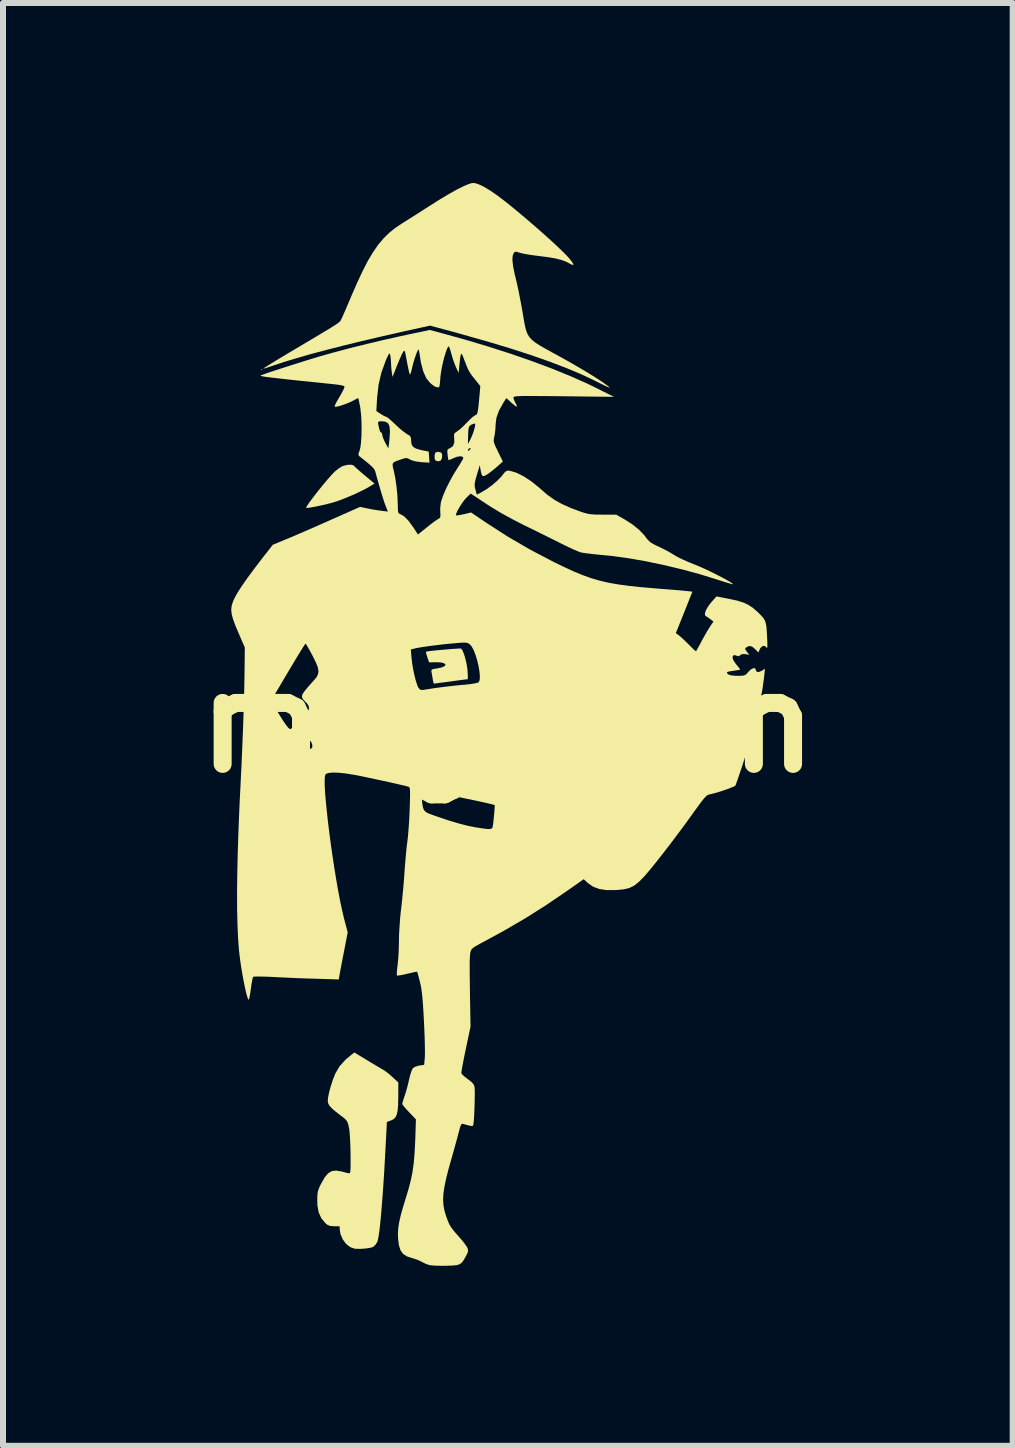
<source format=kicad_pcb>
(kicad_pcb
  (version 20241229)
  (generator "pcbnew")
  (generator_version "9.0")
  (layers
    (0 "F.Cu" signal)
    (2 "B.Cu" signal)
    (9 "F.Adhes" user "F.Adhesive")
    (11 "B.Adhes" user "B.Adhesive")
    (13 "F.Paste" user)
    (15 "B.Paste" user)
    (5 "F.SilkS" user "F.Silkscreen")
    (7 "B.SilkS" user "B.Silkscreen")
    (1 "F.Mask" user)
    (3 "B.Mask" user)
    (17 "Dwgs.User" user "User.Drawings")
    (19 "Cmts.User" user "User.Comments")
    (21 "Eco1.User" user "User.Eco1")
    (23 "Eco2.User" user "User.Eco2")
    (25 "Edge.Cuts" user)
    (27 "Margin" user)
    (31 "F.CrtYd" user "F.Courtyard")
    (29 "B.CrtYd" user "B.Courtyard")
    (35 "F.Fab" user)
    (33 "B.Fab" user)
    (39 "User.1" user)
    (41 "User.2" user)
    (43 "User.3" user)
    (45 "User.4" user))
  (footprint "megumin"
    (layer "F.Cu")
    (at 5.414 8.992)
    (property "Reference" "megumin" (at 0 0 180) (layer "F.SilkS") (effects (font (size 1.524 1.524) (thickness 0.3))))
    (attr through_hole)
    (fp_poly (pts (xy -4.094 -5.882) (xy -4.104 -5.873) (xy -4.113 -5.882) (xy -4.104 -5.891)) (stroke (width 0) (type solid)) (fill yes) (layer "F.SilkS"))
    (fp_poly (pts (xy -1.113 -4.5) (xy -1.094 -4.466) (xy -1.099 -4.406) (xy -1.101 -4.399) (xy -1.122 -4.363) (xy -1.159 -4.354) (xy -1.198 -4.363) (xy -1.215 -4.38) (xy -1.221 -4.417) (xy -1.22 -4.459) (xy -1.209 -4.496) (xy -1.182 -4.51) (xy -1.158 -4.511)) (stroke (width 0) (type solid)) (fill yes) (layer "F.SilkS"))
    (fp_poly (pts (xy -2.574 -4.287) (xy -2.565 -4.279) (xy -2.547 -4.26) (xy -2.506 -4.223) (xy -2.449 -4.173) (xy -2.388 -4.121) (xy -2.222 -3.983) (xy -2.283 -3.945) (xy -2.365 -3.898) (xy -2.472 -3.845) (xy -2.59 -3.79) (xy -2.71 -3.74) (xy -2.818 -3.698) (xy -2.845 -3.689) (xy -2.92 -3.666) (xy -3.011 -3.642) (xy -3.109 -3.619) (xy -3.204 -3.599) (xy -3.286 -3.584) (xy -3.346 -3.576) (xy -3.36 -3.576) (xy -3.358 -3.589) (xy -3.338 -3.624) (xy -3.305 -3.673) (xy -3.234 -3.767) (xy -3.156 -3.868) (xy -3.076 -3.967) (xy -3 -4.057) (xy -2.934 -4.131) (xy -2.887 -4.18) (xy -2.831 -4.226) (xy -2.775 -4.263) (xy -2.744 -4.277) (xy -2.675 -4.294) (xy -2.615 -4.297)) (stroke (width 0) (type solid)) (fill yes) (layer "F.SilkS"))
    (fp_poly (pts (xy -0.778 -1.232) (xy -0.757 -1.203) (xy -0.733 -1.147) (xy -0.71 -1.072) (xy -0.69 -0.989) (xy -0.676 -0.906) (xy -0.672 -0.866) (xy -0.668 -0.799) (xy -0.667 -0.748) (xy -0.668 -0.723) (xy -0.669 -0.722) (xy -0.689 -0.72) (xy -0.739 -0.714) (xy -0.813 -0.704) (xy -0.903 -0.692) (xy -0.952 -0.685) (xy -1.048 -0.672) (xy -1.131 -0.662) (xy -1.193 -0.653) (xy -1.228 -0.649) (xy -1.233 -0.648) (xy -1.24 -0.665) (xy -1.249 -0.705) (xy -1.251 -0.718) (xy -1.261 -0.779) (xy -1.271 -0.834) (xy -1.272 -0.838) (xy -1.275 -0.867) (xy -1.264 -0.884) (xy -1.231 -0.894) (xy -1.187 -0.9) (xy -1.103 -0.918) (xy -1.053 -0.941) (xy -1.038 -0.965) (xy -1.059 -0.986) (xy -1.113 -1.001) (xy -1.193 -1.005) (xy -1.313 -1.003) (xy -1.342 -1.088) (xy -1.358 -1.139) (xy -1.365 -1.172) (xy -1.365 -1.18) (xy -1.344 -1.185) (xy -1.293 -1.192) (xy -1.222 -1.2) (xy -1.137 -1.208) (xy -1.046 -1.216) (xy -0.958 -1.224) (xy -0.879 -1.229) (xy -0.819 -1.233) (xy -0.783 -1.233)) (stroke (width 0) (type solid)) (fill yes) (layer "F.SilkS"))
    (fp_poly (pts (xy -2.334 5.635) (xy -2.249 5.686) (xy -2.172 5.732) (xy -2.11 5.769) (xy -2.071 5.792) (xy -2.065 5.795) (xy -2.029 5.82) (xy -1.977 5.861) (xy -1.923 5.909) (xy -1.825 5.999) (xy -1.826 6.246) (xy -1.829 6.372) (xy -1.837 6.466) (xy -1.851 6.533) (xy -1.874 6.581) (xy -1.907 6.612) (xy -1.952 6.634) (xy -1.953 6.634) (xy -2.016 6.657) (xy -2.028 6.89) (xy -2.045 7.206) (xy -2.061 7.493) (xy -2.078 7.753) (xy -2.095 7.982) (xy -2.111 8.181) (xy -2.127 8.347) (xy -2.142 8.48) (xy -2.157 8.579) (xy -2.171 8.643) (xy -2.178 8.66) (xy -2.209 8.707) (xy -2.245 8.739) (xy -2.247 8.741) (xy -2.296 8.755) (xy -2.368 8.766) (xy -2.45 8.772) (xy -2.528 8.771) (xy -2.557 8.768) (xy -2.63 8.742) (xy -2.698 8.687) (xy -2.753 8.612) (xy -2.79 8.524) (xy -2.8 8.463) (xy -2.805 8.396) (xy -2.896 8.395) (xy -2.961 8.39) (xy -3.008 8.371) (xy -3.041 8.344) (xy -3.109 8.261) (xy -3.153 8.163) (xy -3.174 8.045) (xy -3.176 7.966) (xy -3.175 7.885) (xy -3.168 7.825) (xy -3.153 7.773) (xy -3.126 7.712) (xy -3.107 7.676) (xy -3.05 7.577) (xy -2.994 7.512) (xy -2.934 7.476) (xy -2.862 7.467) (xy -2.772 7.482) (xy -2.732 7.493) (xy -2.679 7.507) (xy -2.641 7.512) (xy -2.632 7.51) (xy -2.626 7.486) (xy -2.622 7.432) (xy -2.621 7.355) (xy -2.621 7.262) (xy -2.622 7.159) (xy -2.625 7.054) (xy -2.629 6.954) (xy -2.635 6.865) (xy -2.641 6.795) (xy -2.647 6.758) (xy -2.662 6.691) (xy -2.679 6.647) (xy -2.707 6.612) (xy -2.754 6.573) (xy -2.776 6.557) (xy -2.867 6.487) (xy -2.931 6.432) (xy -2.972 6.388) (xy -2.994 6.348) (xy -3.001 6.309) (xy -3.001 6.301) (xy -2.994 6.236) (xy -2.975 6.148) (xy -2.947 6.047) (xy -2.913 5.945) (xy -2.876 5.852) (xy -2.872 5.844) (xy -2.804 5.728) (xy -2.705 5.619) (xy -2.617 5.545) (xy -2.558 5.499)) (stroke (width 0) (type solid)) (fill yes) (layer "F.SilkS"))
    (fp_poly (pts (xy -0.513 -8.98) (xy -0.483 -8.969) (xy -0.402 -8.931) (xy -0.302 -8.871) (xy -0.182 -8.789) (xy -0.042 -8.683) (xy 0.12 -8.552) (xy 0.305 -8.397) (xy 0.514 -8.216) (xy 0.656 -8.09) (xy 0.787 -7.971) (xy 0.897 -7.866) (xy 0.985 -7.778) (xy 1.047 -7.707) (xy 1.084 -7.655) (xy 1.093 -7.63) (xy 1.079 -7.626) (xy 1.046 -7.641) (xy 1.033 -7.648) (xy 0.967 -7.682) (xy 0.891 -7.71) (xy 0.798 -7.734) (xy 0.68 -7.754) (xy 0.537 -7.773) (xy 0.435 -7.786) (xy 0.34 -7.8) (xy 0.26 -7.814) (xy 0.206 -7.827) (xy 0.197 -7.83) (xy 0.148 -7.845) (xy 0.121 -7.846) (xy 0.103 -7.831) (xy 0.098 -7.825) (xy 0.08 -7.778) (xy 0.076 -7.707) (xy 0.087 -7.608) (xy 0.113 -7.478) (xy 0.13 -7.409) (xy 0.153 -7.312) (xy 0.179 -7.19) (xy 0.205 -7.057) (xy 0.23 -6.925) (xy 0.242 -6.859) (xy 0.263 -6.731) (xy 0.282 -6.628) (xy 0.301 -6.546) (xy 0.325 -6.48) (xy 0.358 -6.425) (xy 0.403 -6.376) (xy 0.464 -6.328) (xy 0.544 -6.277) (xy 0.648 -6.218) (xy 0.779 -6.146) (xy 0.815 -6.127) (xy 1 -6.024) (xy 1.173 -5.925) (xy 1.329 -5.832) (xy 1.464 -5.748) (xy 1.575 -5.676) (xy 1.657 -5.617) (xy 1.665 -5.611) (xy 1.689 -5.591) (xy 1.695 -5.583) (xy 1.679 -5.586) (xy 1.64 -5.604) (xy 1.574 -5.635) (xy 1.478 -5.683) (xy 1.445 -5.7) (xy 1.224 -5.804) (xy 0.971 -5.91) (xy 0.687 -6.018) (xy 0.371 -6.129) (xy 0.02 -6.242) (xy -0.364 -6.357) (xy -0.785 -6.476) (xy -0.918 -6.513) (xy -1.296 -6.615) (xy -1.764 -6.512) (xy -2.102 -6.435) (xy -2.426 -6.359) (xy -2.733 -6.284) (xy -3.02 -6.211) (xy -3.283 -6.141) (xy -3.519 -6.073) (xy -3.725 -6.011) (xy -3.899 -5.953) (xy -3.909 -5.95) (xy -3.979 -5.926) (xy -4.034 -5.908) (xy -4.067 -5.9) (xy -4.073 -5.9) (xy -4.059 -5.911) (xy -4.017 -5.938) (xy -3.95 -5.98) (xy -3.862 -6.034) (xy -3.756 -6.098) (xy -3.636 -6.17) (xy -3.526 -6.235) (xy -3.357 -6.336) (xy -3.216 -6.419) (xy -3.102 -6.488) (xy -3.011 -6.542) (xy -2.94 -6.586) (xy -2.887 -6.619) (xy -2.849 -6.644) (xy -2.823 -6.663) (xy -2.805 -6.678) (xy -2.794 -6.69) (xy -2.786 -6.701) (xy -2.785 -6.704) (xy -2.771 -6.731) (xy -2.746 -6.787) (xy -2.711 -6.866) (xy -2.67 -6.962) (xy -2.624 -7.07) (xy -2.612 -7.099) (xy -2.512 -7.328) (xy -2.42 -7.525) (xy -2.333 -7.695) (xy -2.247 -7.839) (xy -2.161 -7.963) (xy -2.072 -8.069) (xy -1.977 -8.162) (xy -1.874 -8.245) (xy -1.76 -8.321) (xy -1.748 -8.328) (xy -1.683 -8.369) (xy -1.595 -8.425) (xy -1.494 -8.489) (xy -1.388 -8.557) (xy -1.321 -8.6) (xy -1.142 -8.713) (xy -0.982 -8.809) (xy -0.842 -8.887) (xy -0.727 -8.944) (xy -0.651 -8.975) (xy -0.6 -8.991) (xy -0.56 -8.992)) (stroke (width 0) (type solid)) (fill yes) (layer "F.SilkS"))
    (fp_poly (pts (xy -1.081 -6.484) (xy -0.693 -6.376) (xy -0.313 -6.262) (xy 0.055 -6.144) (xy 0.406 -6.022) (xy 0.735 -5.899) (xy 1.039 -5.775) (xy 1.313 -5.654) (xy 1.454 -5.585) (xy 1.769 -5.428) (xy 0.931 -5.438) (xy 0.733 -5.44) (xy 0.568 -5.441) (xy 0.435 -5.442) (xy 0.329 -5.442) (xy 0.247 -5.442) (xy 0.187 -5.44) (xy 0.144 -5.437) (xy 0.117 -5.433) (xy 0.101 -5.428) (xy 0.094 -5.422) (xy 0.093 -5.415) (xy 0.102 -5.378) (xy 0.125 -5.33) (xy 0.129 -5.322) (xy 0.151 -5.28) (xy 0.149 -5.264) (xy 0.124 -5.276) (xy 0.077 -5.314) (xy 0.053 -5.336) (xy 0.011 -5.375) (xy -0.018 -5.4) (xy -0.027 -5.405) (xy -0.037 -5.388) (xy -0.061 -5.351) (xy -0.077 -5.326) (xy -0.148 -5.198) (xy -0.19 -5.081) (xy -0.204 -4.968) (xy -0.204 -4.962) (xy -0.208 -4.883) (xy -0.218 -4.804) (xy -0.225 -4.767) (xy -0.234 -4.727) (xy -0.236 -4.693) (xy -0.228 -4.657) (xy -0.209 -4.608) (xy -0.175 -4.538) (xy -0.165 -4.516) (xy -0.083 -4.35) (xy -0.176 -4.267) (xy -0.238 -4.215) (xy -0.301 -4.166) (xy -0.341 -4.138) (xy -0.387 -4.111) (xy -0.418 -4.108) (xy -0.437 -4.133) (xy -0.451 -4.19) (xy -0.455 -4.214) (xy -0.468 -4.289) (xy -0.512 -4.142) (xy -0.536 -4.06) (xy -0.549 -4.003) (xy -0.554 -3.96) (xy -0.55 -3.921) (xy -0.538 -3.875) (xy -0.536 -3.867) (xy -0.517 -3.798) (xy -0.448 -3.833) (xy -0.356 -3.888) (xy -0.26 -3.958) (xy -0.173 -4.033) (xy -0.104 -4.104) (xy -0.093 -4.119) (xy -0.054 -4.168) (xy -0.026 -4.192) (xy 0.003 -4.199) (xy 0.037 -4.195) (xy 0.144 -4.163) (xy 0.264 -4.103) (xy 0.391 -4.02) (xy 0.519 -3.917) (xy 0.547 -3.892) (xy 0.66 -3.794) (xy 0.776 -3.712) (xy 0.903 -3.641) (xy 1.051 -3.575) (xy 1.192 -3.522) (xy 1.266 -3.497) (xy 1.328 -3.48) (xy 1.388 -3.471) (xy 1.459 -3.466) (xy 1.553 -3.465) (xy 1.581 -3.464) (xy 1.807 -3.464) (xy 1.955 -3.38) (xy 2.075 -3.303) (xy 2.184 -3.215) (xy 2.272 -3.124) (xy 2.318 -3.062) (xy 2.371 -3.007) (xy 2.456 -2.957) (xy 2.46 -2.956) (xy 2.571 -2.904) (xy 2.663 -2.857) (xy 2.751 -2.805) (xy 2.791 -2.781) (xy 2.845 -2.751) (xy 2.924 -2.713) (xy 3.017 -2.672) (xy 3.114 -2.633) (xy 3.119 -2.631) (xy 3.193 -2.601) (xy 3.28 -2.562) (xy 3.373 -2.518) (xy 3.467 -2.471) (xy 3.557 -2.425) (xy 3.636 -2.383) (xy 3.699 -2.346) (xy 3.741 -2.319) (xy 3.755 -2.304) (xy 3.755 -2.303) (xy 3.736 -2.307) (xy 3.688 -2.32) (xy 3.619 -2.341) (xy 3.533 -2.368) (xy 3.497 -2.38) (xy 3.21 -2.469) (xy 2.909 -2.551) (xy 2.604 -2.624) (xy 2.303 -2.687) (xy 2.013 -2.738) (xy 1.744 -2.775) (xy 1.621 -2.787) (xy 1.508 -2.798) (xy 1.403 -2.809) (xy 1.313 -2.82) (xy 1.246 -2.83) (xy 1.213 -2.836) (xy 1.171 -2.852) (xy 1.103 -2.881) (xy 1.018 -2.92) (xy 0.925 -2.965) (xy 0.889 -2.983) (xy 0.791 -3.032) (xy 0.671 -3.092) (xy 0.537 -3.158) (xy 0.402 -3.225) (xy 0.278 -3.285) (xy 0.085 -3.384) (xy -0.104 -3.487) (xy -0.275 -3.59) (xy -0.351 -3.639) (xy -0.619 -3.816) (xy -0.691 -3.747) (xy -0.727 -3.706) (xy -0.767 -3.65) (xy -0.806 -3.589) (xy -0.839 -3.531) (xy -0.86 -3.483) (xy -0.866 -3.455) (xy -0.865 -3.452) (xy -0.844 -3.452) (xy -0.797 -3.459) (xy -0.735 -3.472) (xy -0.735 -3.472) (xy -0.613 -3.501) (xy -0.357 -3.328) (xy -0.000099 -3.098) (xy 0.377 -2.879) (xy 0.761 -2.678) (xy 0.938 -2.592) (xy 1.097 -2.519) (xy 1.244 -2.458) (xy 1.385 -2.407) (xy 1.526 -2.366) (xy 1.673 -2.331) (xy 1.832 -2.303) (xy 2.008 -2.279) (xy 2.208 -2.257) (xy 2.437 -2.238) (xy 2.501 -2.232) (xy 2.657 -2.22) (xy 2.794 -2.209) (xy 2.907 -2.199) (xy 2.994 -2.19) (xy 3.051 -2.184) (xy 3.075 -2.18) (xy 3.075 -2.179) (xy 3.069 -2.162) (xy 3.05 -2.116) (xy 3.022 -2.046) (xy 2.987 -1.957) (xy 2.946 -1.854) (xy 2.938 -1.834) (xy 2.8 -1.491) (xy 2.859 -1.446) (xy 2.901 -1.411) (xy 2.956 -1.358) (xy 3.015 -1.3) (xy 3.025 -1.29) (xy 3.074 -1.241) (xy 3.113 -1.204) (xy 3.135 -1.188) (xy 3.137 -1.187) (xy 3.148 -1.206) (xy 3.172 -1.25) (xy 3.206 -1.312) (xy 3.232 -1.362) (xy 3.277 -1.443) (xy 3.321 -1.521) (xy 3.36 -1.584) (xy 3.374 -1.606) (xy 3.427 -1.683) (xy 3.383 -1.717) (xy 3.339 -1.749) (xy 3.306 -1.77) (xy 3.286 -1.787) (xy 3.284 -1.813) (xy 3.296 -1.858) (xy 3.321 -1.909) (xy 3.363 -1.97) (xy 3.399 -2.014) (xy 3.478 -2.102) (xy 3.687 -2.061) (xy 3.818 -2.033) (xy 3.922 -2.001) (xy 4.007 -1.962) (xy 4.083 -1.912) (xy 4.159 -1.846) (xy 4.181 -1.825) (xy 4.227 -1.778) (xy 4.26 -1.739) (xy 4.284 -1.7) (xy 4.299 -1.654) (xy 4.31 -1.593) (xy 4.316 -1.512) (xy 4.322 -1.401) (xy 4.323 -1.381) (xy 4.326 -1.298) (xy 4.324 -1.252) (xy 4.317 -1.243) (xy 4.314 -1.247) (xy 4.282 -1.276) (xy 4.244 -1.274) (xy 4.209 -1.242) (xy 4.199 -1.223) (xy 4.176 -1.167) (xy 4.122 -1.223) (xy 4.07 -1.266) (xy 4.024 -1.276) (xy 3.977 -1.255) (xy 3.976 -1.255) (xy 3.956 -1.236) (xy 3.958 -1.217) (xy 3.982 -1.183) (xy 3.984 -1.179) (xy 4.025 -1.128) (xy 3.961 -1.14) (xy 3.908 -1.142) (xy 3.875 -1.124) (xy 3.874 -1.123) (xy 3.845 -1.104) (xy 3.814 -1.113) (xy 3.778 -1.124) (xy 3.761 -1.121) (xy 3.743 -1.091) (xy 3.756 -1.043) (xy 3.797 -0.98) (xy 3.807 -0.968) (xy 3.843 -0.925) (xy 3.867 -0.894) (xy 3.872 -0.884) (xy 3.855 -0.878) (xy 3.812 -0.87) (xy 3.761 -0.863) (xy 3.702 -0.854) (xy 3.662 -0.844) (xy 3.65 -0.836) (xy 3.665 -0.806) (xy 3.713 -0.787) (xy 3.794 -0.779) (xy 3.825 -0.778) (xy 3.894 -0.779) (xy 3.937 -0.785) (xy 3.967 -0.799) (xy 3.993 -0.826) (xy 4.007 -0.843) (xy 4.048 -0.883) (xy 4.088 -0.905) (xy 4.119 -0.905) (xy 4.131 -0.881) (xy 4.131 -0.879) (xy 4.145 -0.848) (xy 4.179 -0.841) (xy 4.228 -0.86) (xy 4.235 -0.864) (xy 4.285 -0.897) (xy 4.273 -0.777) (xy 4.244 -0.561) (xy 4.201 -0.331) (xy 4.144 -0.083) (xy 4.072 0.186) (xy 3.983 0.482) (xy 3.933 0.639) (xy 3.896 0.754) (xy 3.861 0.857) (xy 3.832 0.943) (xy 3.809 1.007) (xy 3.796 1.044) (xy 3.793 1.05) (xy 3.77 1.065) (xy 3.72 1.086) (xy 3.652 1.112) (xy 3.573 1.139) (xy 3.494 1.164) (xy 3.422 1.184) (xy 3.37 1.196) (xy 3.346 1.202) (xy 3.323 1.213) (xy 3.298 1.234) (xy 3.266 1.269) (xy 3.225 1.321) (xy 3.17 1.395) (xy 3.099 1.493) (xy 3.069 1.535) (xy 2.95 1.7) (xy 2.827 1.865) (xy 2.705 2.027) (xy 2.587 2.18) (xy 2.477 2.32) (xy 2.38 2.44) (xy 2.297 2.538) (xy 2.27 2.569) (xy 2.184 2.656) (xy 2.107 2.717) (xy 2.026 2.757) (xy 1.931 2.78) (xy 1.811 2.792) (xy 1.801 2.792) (xy 1.649 2.793) (xy 1.525 2.775) (xy 1.423 2.737) (xy 1.337 2.678) (xy 1.335 2.676) (xy 1.264 2.611) (xy 1.007 2.792) (xy 0.643 3.04) (xy 0.285 3.266) (xy -0.079 3.478) (xy -0.375 3.639) (xy -0.467 3.688) (xy -0.532 3.725) (xy -0.575 3.752) (xy -0.601 3.776) (xy -0.615 3.798) (xy -0.623 3.825) (xy -0.625 3.831) (xy -0.629 3.86) (xy -0.632 3.899) (xy -0.635 3.954) (xy -0.636 4.027) (xy -0.636 4.121) (xy -0.635 4.24) (xy -0.633 4.387) (xy -0.631 4.565) (xy -0.628 4.724) (xy -0.622 5.067) (xy -0.701 5.443) (xy -0.725 5.557) (xy -0.745 5.66) (xy -0.761 5.746) (xy -0.771 5.808) (xy -0.775 5.842) (xy -0.775 5.845) (xy -0.757 5.869) (xy -0.718 5.904) (xy -0.668 5.942) (xy -0.604 5.992) (xy -0.569 6.034) (xy -0.556 6.068) (xy -0.553 6.108) (xy -0.551 6.173) (xy -0.552 6.257) (xy -0.554 6.351) (xy -0.557 6.447) (xy -0.561 6.54) (xy -0.566 6.62) (xy -0.572 6.681) (xy -0.578 6.714) (xy -0.58 6.718) (xy -0.593 6.724) (xy -0.621 6.722) (xy -0.669 6.711) (xy -0.745 6.69) (xy -0.757 6.686) (xy -0.774 6.695) (xy -0.793 6.735) (xy -0.813 6.808) (xy -0.816 6.818) (xy -0.833 6.885) (xy -0.858 6.977) (xy -0.888 7.085) (xy -0.92 7.199) (xy -0.935 7.253) (xy -0.989 7.443) (xy -1.029 7.602) (xy -1.057 7.738) (xy -1.074 7.853) (xy -1.079 7.954) (xy -1.073 8.046) (xy -1.057 8.133) (xy -1.031 8.22) (xy -1.03 8.224) (xy -1.002 8.301) (xy -0.976 8.361) (xy -0.946 8.412) (xy -0.907 8.465) (xy -0.851 8.53) (xy -0.812 8.574) (xy -0.758 8.636) (xy -0.712 8.696) (xy -0.681 8.742) (xy -0.675 8.753) (xy -0.663 8.791) (xy -0.666 8.824) (xy -0.686 8.869) (xy -0.698 8.892) (xy -0.734 8.956) (xy -0.766 9) (xy -0.802 9.027) (xy -0.848 9.043) (xy -0.915 9.05) (xy -1.008 9.053) (xy -1.033 9.054) (xy -1.126 9.054) (xy -1.21 9.052) (xy -1.275 9.047) (xy -1.309 9.042) (xy -1.365 9.023) (xy -1.426 8.993) (xy -1.436 8.988) (xy -1.498 8.958) (xy -1.57 8.933) (xy -1.59 8.928) (xy -1.681 8.898) (xy -1.746 8.856) (xy -1.789 8.796) (xy -1.816 8.711) (xy -1.829 8.607) (xy -1.832 8.519) (xy -1.827 8.43) (xy -1.812 8.332) (xy -1.787 8.22) (xy -1.75 8.086) (xy -1.703 7.932) (xy -1.655 7.774) (xy -1.618 7.632) (xy -1.59 7.494) (xy -1.57 7.353) (xy -1.556 7.197) (xy -1.546 7.017) (xy -1.543 6.952) (xy -1.532 6.614) (xy -1.646 6.495) (xy -1.697 6.44) (xy -1.736 6.393) (xy -1.758 6.362) (xy -1.76 6.356) (xy -1.754 6.328) (xy -1.739 6.278) (xy -1.722 6.229) (xy -1.7 6.16) (xy -1.675 6.071) (xy -1.653 5.979) (xy -1.648 5.958) (xy -1.629 5.88) (xy -1.608 5.814) (xy -1.589 5.77) (xy -1.583 5.761) (xy -1.547 5.738) (xy -1.492 5.72) (xy -1.474 5.717) (xy -1.395 5.705) (xy -1.384 5.589) (xy -1.382 5.539) (xy -1.382 5.459) (xy -1.384 5.354) (xy -1.387 5.231) (xy -1.393 5.098) (xy -1.398 4.983) (xy -1.407 4.817) (xy -1.416 4.683) (xy -1.425 4.574) (xy -1.435 4.485) (xy -1.446 4.41) (xy -1.46 4.345) (xy -1.465 4.326) (xy -1.483 4.253) (xy -1.499 4.194) (xy -1.509 4.159) (xy -1.511 4.153) (xy -1.53 4.154) (xy -1.576 4.164) (xy -1.642 4.179) (xy -1.677 4.187) (xy -1.749 4.204) (xy -1.807 4.214) (xy -1.842 4.218) (xy -1.848 4.216) (xy -1.851 4.194) (xy -1.849 4.144) (xy -1.842 4.076) (xy -1.837 4.041) (xy -1.829 3.955) (xy -1.821 3.846) (xy -1.817 3.73) (xy -1.815 3.638) (xy -1.813 3.528) (xy -1.805 3.396) (xy -1.795 3.258) (xy -1.782 3.13) (xy -1.779 3.112) (xy -1.765 2.988) (xy -1.751 2.842) (xy -1.737 2.69) (xy -1.726 2.547) (xy -1.723 2.501) (xy -1.714 2.377) (xy -1.703 2.249) (xy -1.692 2.129) (xy -1.681 2.027) (xy -1.675 1.985) (xy -1.665 1.902) (xy -1.656 1.793) (xy -1.647 1.667) (xy -1.64 1.536) (xy -1.636 1.436) (xy -1.632 1.313) (xy -1.63 1.221) (xy -1.63 1.157) (xy -1.632 1.118) (xy -1.448 1.118) (xy -1.435 1.257) (xy -1.426 1.351) (xy -1.415 1.416) (xy -1.397 1.46) (xy -1.366 1.492) (xy -1.315 1.518) (xy -1.239 1.546) (xy -1.194 1.562) (xy -0.996 1.629) (xy -0.826 1.68) (xy -0.677 1.719) (xy -0.543 1.746) (xy -0.519 1.75) (xy -0.418 1.765) (xy -0.347 1.774) (xy -0.301 1.775) (xy -0.274 1.769) (xy -0.26 1.756) (xy -0.253 1.737) (xy -0.247 1.703) (xy -0.24 1.645) (xy -0.233 1.573) (xy -0.226 1.5) (xy -0.221 1.435) (xy -0.219 1.39) (xy -0.219 1.376) (xy -0.237 1.37) (xy -0.287 1.357) (xy -0.365 1.339) (xy -0.467 1.316) (xy -0.588 1.291) (xy -0.725 1.262) (xy -0.834 1.24) (xy -1.448 1.118) (xy -1.632 1.118) (xy -1.632 1.114) (xy -1.637 1.089) (xy -1.645 1.076) (xy -1.657 1.07) (xy -1.66 1.069) (xy -1.703 1.057) (xy -1.776 1.04) (xy -1.872 1.018) (xy -1.983 0.993) (xy -2.102 0.967) (xy -2.224 0.941) (xy -2.34 0.916) (xy -2.444 0.894) (xy -2.53 0.877) (xy -2.574 0.869) (xy -2.709 0.848) (xy -2.827 0.836) (xy -2.924 0.834) (xy -2.996 0.842) (xy -3.037 0.86) (xy -3.039 0.863) (xy -3.049 0.896) (xy -3.053 0.963) (xy -3.052 1.058) (xy -3.045 1.179) (xy -3.033 1.321) (xy -3.017 1.481) (xy -2.998 1.655) (xy -2.975 1.839) (xy -2.95 2.03) (xy -2.922 2.225) (xy -2.893 2.418) (xy -2.862 2.607) (xy -2.831 2.787) (xy -2.799 2.956) (xy -2.767 3.108) (xy -2.736 3.242) (xy -2.724 3.29) (xy -2.669 3.496) (xy -2.731 3.818) (xy -2.753 3.928) (xy -2.772 4.031) (xy -2.789 4.118) (xy -2.801 4.182) (xy -2.806 4.211) (xy -2.818 4.282) (xy -3.202 4.27) (xy -3.346 4.266) (xy -3.505 4.26) (xy -3.665 4.253) (xy -3.813 4.246) (xy -3.908 4.241) (xy -4.014 4.236) (xy -4.107 4.234) (xy -4.181 4.233) (xy -4.229 4.235) (xy -4.245 4.238) (xy -4.254 4.261) (xy -4.264 4.313) (xy -4.276 4.383) (xy -4.282 4.428) (xy -4.293 4.506) (xy -4.304 4.569) (xy -4.313 4.61) (xy -4.318 4.619) (xy -4.328 4.612) (xy -4.343 4.572) (xy -4.361 4.507) (xy -4.381 4.42) (xy -4.402 4.317) (xy -4.423 4.203) (xy -4.443 4.083) (xy -4.461 3.963) (xy -4.475 3.848) (xy -4.482 3.789) (xy -4.496 3.597) (xy -4.506 3.371) (xy -4.512 3.11) (xy -4.513 2.817) (xy -4.509 2.493) (xy -4.501 2.14) (xy -4.488 1.758) (xy -4.471 1.349) (xy -4.456 1.056) (xy -4.44 0.731) (xy -4.426 0.408) (xy -4.416 0.153) (xy -3.485 0.153) (xy -3.482 0.255) (xy -3.46 0.349) (xy -3.421 0.422) (xy -3.414 0.431) (xy -3.37 0.459) (xy -3.316 0.454) (xy -3.287 0.439) (xy -3.261 0.418) (xy -3.258 0.387) (xy -3.264 0.357) (xy -3.283 0.313) (xy -3.313 0.297) (xy -3.322 0.296) (xy -3.355 0.286) (xy -3.385 0.251) (xy -3.405 0.213) (xy -3.436 0.159) (xy -3.462 0.132) (xy -3.48 0.134) (xy -3.485 0.153) (xy -4.416 0.153) (xy -4.413 0.092) (xy -4.403 -0.208) (xy -4.399 -0.366) (xy -3.945 -0.366) (xy -3.896 -0.28) (xy -3.822 -0.152) (xy -3.756 -0.046) (xy -3.701 0.035) (xy -3.659 0.088) (xy -3.631 0.11) (xy -3.627 0.111) (xy -3.607 0.099) (xy -3.567 0.066) (xy -3.513 0.017) (xy -3.462 -0.031) (xy -3.385 -0.111) (xy -3.336 -0.175) (xy -3.314 -0.228) (xy -3.318 -0.273) (xy -3.346 -0.317) (xy -3.364 -0.335) (xy -3.413 -0.386) (xy -3.433 -0.426) (xy -3.425 -0.467) (xy -3.39 -0.521) (xy -3.379 -0.534) (xy -3.325 -0.599) (xy -3.264 -0.668) (xy -3.237 -0.698) (xy -3.191 -0.752) (xy -3.164 -0.803) (xy -3.156 -0.856) (xy -3.167 -0.92) (xy -3.199 -1) (xy -3.25 -1.104) (xy -3.256 -1.115) (xy -3.297 -1.192) (xy -3.311 -1.217) (xy -1.617 -1.217) (xy -1.605 -1.076) (xy -1.594 -0.982) (xy -1.577 -0.88) (xy -1.555 -0.778) (xy -1.531 -0.687) (xy -1.507 -0.615) (xy -1.489 -0.577) (xy -1.457 -0.545) (xy -1.414 -0.543) (xy -1.41 -0.543) (xy -1.371 -0.55) (xy -1.305 -0.56) (xy -1.223 -0.573) (xy -1.157 -0.582) (xy -1.048 -0.596) (xy -0.922 -0.611) (xy -0.797 -0.624) (xy -0.734 -0.629) (xy -0.644 -0.638) (xy -0.567 -0.649) (xy -0.511 -0.661) (xy -0.487 -0.671) (xy -0.47 -0.706) (xy -0.466 -0.767) (xy -0.473 -0.848) (xy -0.488 -0.94) (xy -0.511 -1.036) (xy -0.539 -1.128) (xy -0.57 -1.208) (xy -0.604 -1.269) (xy -0.625 -1.294) (xy -0.652 -1.316) (xy -0.678 -1.328) (xy -0.716 -1.332) (xy -0.773 -1.331) (xy -0.833 -1.326) (xy -0.947 -1.316) (xy -1.07 -1.304) (xy -1.195 -1.289) (xy -1.313 -1.274) (xy -1.416 -1.259) (xy -1.496 -1.246) (xy -1.535 -1.238) (xy -1.617 -1.217) (xy -3.311 -1.217) (xy -3.333 -1.255) (xy -3.359 -1.298) (xy -3.372 -1.315) (xy -3.372 -1.315) (xy -3.384 -1.3) (xy -3.412 -1.257) (xy -3.454 -1.189) (xy -3.508 -1.102) (xy -3.57 -0.998) (xy -3.64 -0.881) (xy -3.664 -0.841) (xy -3.945 -0.366) (xy -4.399 -0.366) (xy -4.395 -0.488) (xy -4.39 -0.741) (xy -4.388 -0.861) (xy -4.384 -1.251) (xy -4.491 -1.497) (xy -4.545 -1.626) (xy -4.582 -1.729) (xy -4.604 -1.813) (xy -4.61 -1.884) (xy -4.602 -1.951) (xy -4.58 -2.018) (xy -4.551 -2.083) (xy -4.503 -2.168) (xy -4.432 -2.278) (xy -4.336 -2.415) (xy -4.215 -2.578) (xy -4.07 -2.768) (xy -4.029 -2.819) (xy -3.918 -2.962) (xy -3.687 -3.058) (xy -3.607 -3.091) (xy -3.5 -3.137) (xy -3.375 -3.191) (xy -3.237 -3.251) (xy -3.094 -3.314) (xy -2.959 -3.374) (xy -2.463 -3.594) (xy -2.339 -3.568) (xy -2.253 -3.551) (xy -2.163 -3.537) (xy -2.107 -3.529) (xy -2 -3.516) (xy -2.036 -3.608) (xy -2.058 -3.668) (xy -2.086 -3.755) (xy -2.118 -3.86) (xy -2.151 -3.973) (xy -2.183 -4.086) (xy -2.203 -4.161) (xy -2.211 -4.189) (xy -2.222 -4.214) (xy -2.239 -4.238) (xy -2.268 -4.268) (xy -2.312 -4.307) (xy -2.376 -4.36) (xy -2.465 -4.431) (xy -2.476 -4.439) (xy -2.49 -4.458) (xy -2.488 -4.486) (xy -2.471 -4.532) (xy -2.457 -4.587) (xy -2.447 -4.671) (xy -2.44 -4.775) (xy -2.438 -4.89) (xy -2.439 -5.008) (xy -2.163 -5.008) (xy -2.162 -4.98) (xy -2.158 -4.961) (xy -2.143 -4.892) (xy -2.131 -4.853) (xy -2.118 -4.837) (xy -2.111 -4.835) (xy -2.097 -4.82) (xy -2.094 -4.796) (xy -2.085 -4.759) (xy -2.063 -4.704) (xy -2.043 -4.663) (xy -1.992 -4.569) (xy -1.979 -4.661) (xy -1.972 -4.737) (xy -1.966 -4.822) (xy -1.965 -4.853) (xy -1.972 -4.935) (xy -1.995 -4.987) (xy -2.04 -5.014) (xy -2.098 -5.021) (xy -2.144 -5.019) (xy -2.163 -5.008) (xy -2.439 -5.008) (xy -2.439 -5.009) (xy -2.445 -5.122) (xy -2.453 -5.192) (xy -2.192 -5.192) (xy -2.12 -5.144) (xy -2.072 -5.114) (xy -2.035 -5.097) (xy -2.026 -5.095) (xy -2.004 -5.083) (xy -1.963 -5.049) (xy -1.91 -5.002) (xy -1.877 -4.97) (xy -1.813 -4.91) (xy -1.75 -4.857) (xy -1.697 -4.818) (xy -1.681 -4.808) (xy -1.636 -4.781) (xy -1.617 -4.751) (xy -1.612 -4.703) (xy -1.612 -4.693) (xy -1.605 -4.636) (xy -1.58 -4.595) (xy -1.531 -4.566) (xy -1.453 -4.543) (xy -1.424 -4.537) (xy -1.319 -4.516) (xy -1.312 -4.424) (xy -1.306 -4.331) (xy -1.437 -4.339) (xy -1.532 -4.351) (xy -1.606 -4.372) (xy -1.627 -4.382) (xy -1.662 -4.401) (xy -1.691 -4.408) (xy -1.728 -4.402) (xy -1.786 -4.383) (xy -1.786 -4.383) (xy -1.858 -4.358) (xy -1.901 -4.337) (xy -1.92 -4.313) (xy -1.92 -4.276) (xy -1.907 -4.219) (xy -1.902 -4.201) (xy -1.877 -4.079) (xy -1.856 -3.935) (xy -1.841 -3.786) (xy -1.835 -3.646) (xy -1.834 -3.619) (xy -1.833 -3.549) (xy -1.828 -3.507) (xy -1.818 -3.486) (xy -1.798 -3.475) (xy -1.792 -3.473) (xy -1.729 -3.437) (xy -1.657 -3.364) (xy -1.578 -3.256) (xy -1.573 -3.249) (xy -1.498 -3.134) (xy -1.349 -3.254) (xy -1.282 -3.307) (xy -1.222 -3.352) (xy -1.176 -3.383) (xy -1.159 -3.393) (xy -1.134 -3.409) (xy -1.124 -3.435) (xy -1.124 -3.481) (xy -1.126 -3.503) (xy -1.127 -3.58) (xy -1.117 -3.661) (xy -1.113 -3.682) (xy -1.082 -3.775) (xy -1.034 -3.889) (xy -0.972 -4.014) (xy -0.903 -4.139) (xy -0.844 -4.234) (xy -0.801 -4.302) (xy -0.767 -4.359) (xy -0.746 -4.397) (xy -0.741 -4.409) (xy -0.756 -4.431) (xy -0.796 -4.438) (xy -0.852 -4.428) (xy -0.9 -4.409) (xy -0.949 -4.387) (xy -0.982 -4.375) (xy -0.99 -4.375) (xy -0.995 -4.396) (xy -1.002 -4.441) (xy -1.005 -4.469) (xy -1.009 -4.522) (xy -1.006 -4.536) (xy -0.667 -4.536) (xy -0.656 -4.528) (xy -0.639 -4.539) (xy -0.619 -4.562) (xy -0.619 -4.571) (xy -0.64 -4.572) (xy -0.661 -4.553) (xy -0.667 -4.536) (xy -1.006 -4.536) (xy -1.003 -4.551) (xy -0.981 -4.566) (xy -0.962 -4.574) (xy -0.914 -4.608) (xy -0.902 -4.641) (xy -0.666 -4.641) (xy -0.63 -4.706) (xy -0.604 -4.763) (xy -0.576 -4.834) (xy -0.565 -4.87) (xy -0.55 -4.926) (xy -0.544 -4.967) (xy -0.546 -4.981) (xy -0.569 -4.98) (xy -0.607 -4.965) (xy -0.608 -4.964) (xy -0.633 -4.947) (xy -0.648 -4.926) (xy -0.656 -4.892) (xy -0.66 -4.834) (xy -0.662 -4.788) (xy -0.666 -4.641) (xy -0.902 -4.641) (xy -0.892 -4.669) (xy -0.895 -4.752) (xy -0.898 -4.796) (xy -0.884 -4.825) (xy -0.844 -4.853) (xy -0.842 -4.855) (xy -0.798 -4.888) (xy -0.742 -4.939) (xy -0.685 -4.997) (xy -0.681 -5.001) (xy -0.629 -5.054) (xy -0.582 -5.096) (xy -0.548 -5.119) (xy -0.544 -5.121) (xy -0.528 -5.128) (xy -0.516 -5.141) (xy -0.506 -5.165) (xy -0.498 -5.207) (xy -0.49 -5.27) (xy -0.481 -5.36) (xy -0.471 -5.467) (xy -0.459 -5.608) (xy -0.543 -5.713) (xy -0.594 -5.776) (xy -0.63 -5.828) (xy -0.659 -5.878) (xy -0.686 -5.94) (xy -0.718 -6.023) (xy -0.724 -6.039) (xy -0.748 -6.102) (xy -0.765 -6.138) (xy -0.778 -6.145) (xy -0.787 -6.12) (xy -0.796 -6.063) (xy -0.806 -5.971) (xy -0.808 -5.956) (xy -0.82 -5.827) (xy -0.863 -5.918) (xy -0.891 -5.987) (xy -0.92 -6.071) (xy -0.937 -6.131) (xy -0.955 -6.195) (xy -0.972 -6.244) (xy -0.982 -6.268) (xy -0.996 -6.263) (xy -1.014 -6.227) (xy -1.035 -6.169) (xy -1.058 -6.094) (xy -1.08 -6.009) (xy -1.099 -5.921) (xy -1.114 -5.836) (xy -1.124 -5.762) (xy -1.125 -5.747) (xy -1.131 -5.665) (xy -1.138 -5.614) (xy -1.147 -5.589) (xy -1.16 -5.584) (xy -1.162 -5.585) (xy -1.197 -5.594) (xy -1.206 -5.595) (xy -1.228 -5.607) (xy -1.267 -5.636) (xy -1.296 -5.661) (xy -1.36 -5.74) (xy -1.41 -5.852) (xy -1.448 -5.996) (xy -1.462 -6.083) (xy -1.472 -6.148) (xy -1.481 -6.196) (xy -1.487 -6.218) (xy -1.488 -6.218) (xy -1.498 -6.208) (xy -1.516 -6.17) (xy -1.537 -6.114) (xy -1.56 -6.046) (xy -1.58 -5.975) (xy -1.596 -5.911) (xy -1.596 -5.911) (xy -1.61 -5.852) (xy -1.623 -5.812) (xy -1.631 -5.799) (xy -1.639 -5.816) (xy -1.651 -5.862) (xy -1.665 -5.928) (xy -1.675 -5.979) (xy -1.69 -6.06) (xy -1.703 -6.128) (xy -1.713 -6.174) (xy -1.717 -6.188) (xy -1.726 -6.197) (xy -1.743 -6.181) (xy -1.767 -6.137) (xy -1.8 -6.063) (xy -1.844 -5.957) (xy -1.854 -5.932) (xy -1.922 -5.76) (xy -1.933 -5.83) (xy -1.941 -5.894) (xy -1.946 -5.968) (xy -1.947 -5.993) (xy -1.951 -6.058) (xy -1.958 -6.114) (xy -1.962 -6.131) (xy -1.969 -6.149) (xy -1.98 -6.146) (xy -1.996 -6.119) (xy -2.021 -6.064) (xy -2.036 -6.03) (xy -2.108 -5.831) (xy -2.154 -5.633) (xy -2.178 -5.419) (xy -2.18 -5.4) (xy -2.192 -5.192) (xy -2.453 -5.192) (xy -2.456 -5.222) (xy -2.462 -5.262) (xy -2.475 -5.328) (xy -2.486 -5.379) (xy -2.492 -5.405) (xy -2.492 -5.406) (xy -2.509 -5.401) (xy -2.546 -5.382) (xy -2.56 -5.374) (xy -2.615 -5.346) (xy -2.686 -5.316) (xy -2.76 -5.29) (xy -2.825 -5.27) (xy -2.87 -5.262) (xy -2.873 -5.262) (xy -2.885 -5.267) (xy -2.882 -5.288) (xy -2.863 -5.328) (xy -2.826 -5.393) (xy -2.814 -5.413) (xy -2.775 -5.481) (xy -2.744 -5.539) (xy -2.726 -5.578) (xy -2.723 -5.588) (xy -2.724 -5.598) (xy -2.73 -5.606) (xy -2.743 -5.613) (xy -2.769 -5.619) (xy -2.81 -5.627) (xy -2.872 -5.635) (xy -2.957 -5.644) (xy -3.069 -5.656) (xy -3.213 -5.671) (xy -3.288 -5.679) (xy -3.496 -5.7) (xy -3.669 -5.718) (xy -3.81 -5.734) (xy -3.921 -5.747) (xy -4.006 -5.757) (xy -4.066 -5.766) (xy -4.103 -5.773) (xy -4.121 -5.779) (xy -4.122 -5.783) (xy -4.122 -5.783) (xy -4.096 -5.794) (xy -4.04 -5.814) (xy -3.959 -5.842) (xy -3.858 -5.875) (xy -3.743 -5.912) (xy -3.619 -5.952) (xy -3.492 -5.992) (xy -3.366 -6.032) (xy -3.247 -6.068) (xy -3.14 -6.101) (xy -3.059 -6.124) (xy -2.846 -6.183) (xy -2.607 -6.246) (xy -2.349 -6.31) (xy -2.085 -6.373) (xy -1.822 -6.432) (xy -1.665 -6.466) (xy -1.301 -6.543)) (stroke (width 0) (type solid)) (fill yes) (layer "F.SilkS")))
  (gr_rect
    (start -3 -3)
    (end 13.828 21.046)
    (stroke (width 0.1) (type default))
    (fill no)
    (layer "Edge.Cuts")))
</source>
